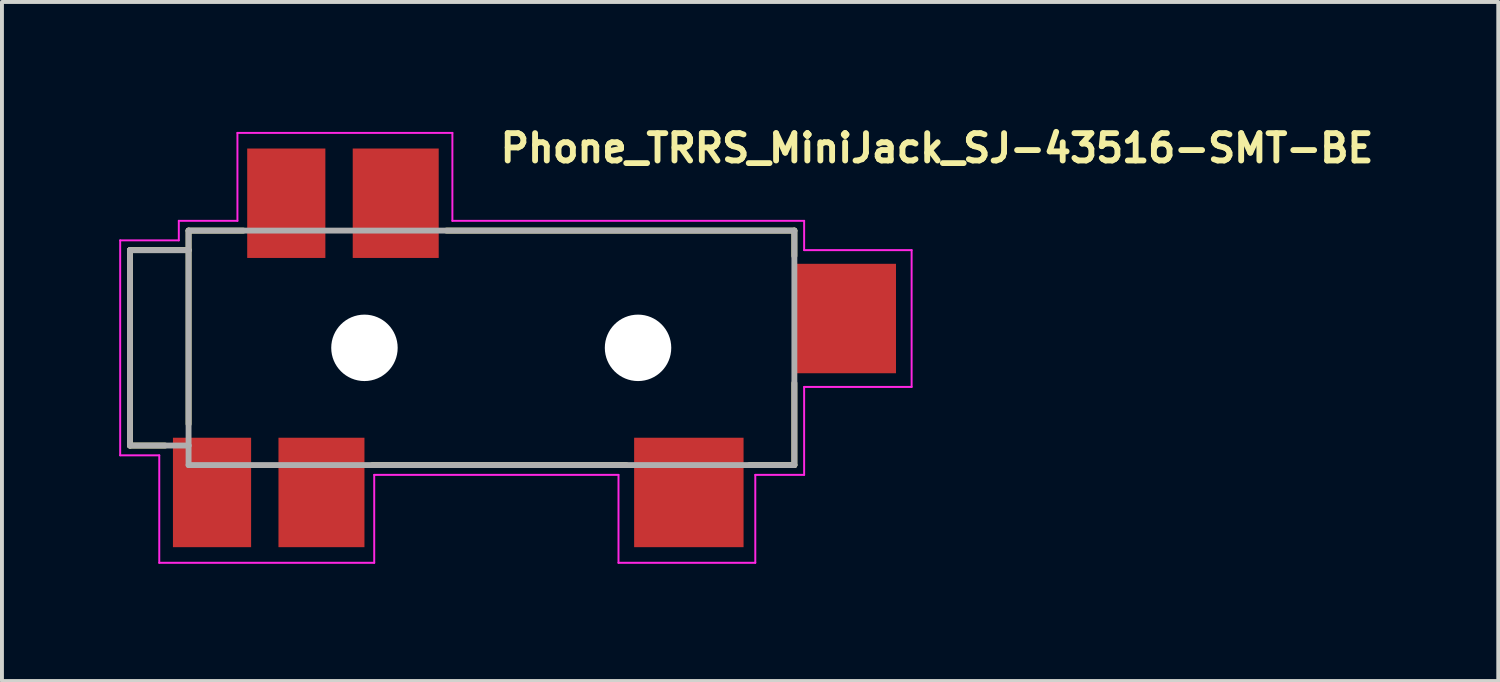
<source format=kicad_pcb>
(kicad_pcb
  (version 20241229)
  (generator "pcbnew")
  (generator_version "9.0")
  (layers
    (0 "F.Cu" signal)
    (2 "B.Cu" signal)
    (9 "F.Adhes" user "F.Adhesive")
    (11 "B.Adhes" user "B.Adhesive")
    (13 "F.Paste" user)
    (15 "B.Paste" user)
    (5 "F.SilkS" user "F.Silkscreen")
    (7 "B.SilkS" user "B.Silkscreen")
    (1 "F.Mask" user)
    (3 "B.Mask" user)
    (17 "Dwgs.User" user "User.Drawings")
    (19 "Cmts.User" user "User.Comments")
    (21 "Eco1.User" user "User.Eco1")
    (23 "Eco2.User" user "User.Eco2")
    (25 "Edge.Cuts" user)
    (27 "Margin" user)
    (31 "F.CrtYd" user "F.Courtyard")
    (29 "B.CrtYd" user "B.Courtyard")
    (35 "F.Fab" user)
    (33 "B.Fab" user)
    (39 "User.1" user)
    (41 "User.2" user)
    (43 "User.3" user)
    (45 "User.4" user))
  (footprint "Phone_TRRS_MiniJack_SJ-43516-SMT-BE"
    (layer "F.Cu")
    (at 9.675 5.85)
    (property "Reference" "Phone_TRRS_MiniJack_SJ-43516-SMT-BE" (at 0 -4.7 0) (layer "F.SilkS") (effects (font (size 0.7 0.7) (thickness 0.15)) (justify left bottom)))
    (attr smd)
    (fp_line (start -9.4 -2.5) (end -9.4 2.5) (stroke (width 0.15) (type solid)) (layer "F.SilkS"))
    (fp_line (start -9.4 2.5) (end -8.5 2.5) (stroke (width 0.15) (type solid)) (layer "F.SilkS"))
    (fp_line (start -7.9 -3) (end -7.9 -2.5) (stroke (width 0.15) (type solid)) (layer "F.SilkS"))
    (fp_line (start -7.9 -2.5) (end -9.4 -2.5) (stroke (width 0.15) (type solid)) (layer "F.SilkS"))
    (fp_line (start -7.9 -2.5) (end -7.9 1.95) (stroke (width 0.15) (type solid)) (layer "F.SilkS"))
    (fp_line (start -6.5 -3) (end -7.9 -3) (stroke (width 0.15) (type solid)) (layer "F.SilkS"))
    (fp_line (start -3.2 3) (end 3.3 3) (stroke (width 0.15) (type solid)) (layer "F.SilkS"))
    (fp_line (start 6.45 3) (end 7.6 3) (stroke (width 0.15) (type solid)) (layer "F.SilkS"))
    (fp_line (start 7.6 -3) (end -1.3 -3) (stroke (width 0.15) (type solid)) (layer "F.SilkS"))
    (fp_line (start 7.6 -3) (end 7.6 -2.35) (stroke (width 0.15) (type solid)) (layer "F.SilkS"))
    (fp_line (start 7.6 0.9) (end 7.6 3) (stroke (width 0.15) (type solid)) (layer "F.SilkS"))
    (fp_line (start -9.65 -2.75) (end -8.15 -2.75) (stroke (width 0.05) (type solid)) (layer "F.CrtYd"))
    (fp_line (start -9.65 2.75) (end -9.65 -2.75) (stroke (width 0.05) (type solid)) (layer "F.CrtYd"))
    (fp_line (start -8.65 2.75) (end -9.65 2.75) (stroke (width 0.05) (type solid)) (layer "F.CrtYd"))
    (fp_line (start -8.65 5.5) (end -8.65 2.75) (stroke (width 0.05) (type solid)) (layer "F.CrtYd"))
    (fp_line (start -8.15 -3.25) (end -6.65 -3.25) (stroke (width 0.05) (type solid)) (layer "F.CrtYd"))
    (fp_line (start -8.15 -2.75) (end -8.15 -3.25) (stroke (width 0.05) (type solid)) (layer "F.CrtYd"))
    (fp_line (start -6.65 -5.5) (end -1.15 -5.5) (stroke (width 0.05) (type solid)) (layer "F.CrtYd"))
    (fp_line (start -6.65 -3.25) (end -6.65 -5.5) (stroke (width 0.05) (type solid)) (layer "F.CrtYd"))
    (fp_line (start -3.15 3.25) (end -3.15 5.5) (stroke (width 0.05) (type solid)) (layer "F.CrtYd"))
    (fp_line (start -3.15 5.5) (end -8.65 5.5) (stroke (width 0.05) (type solid)) (layer "F.CrtYd"))
    (fp_line (start -1.15 -5.5) (end -1.15 -3.25) (stroke (width 0.05) (type solid)) (layer "F.CrtYd"))
    (fp_line (start -1.15 -3.25) (end 7.85 -3.25) (stroke (width 0.05) (type solid)) (layer "F.CrtYd"))
    (fp_line (start 3.1 3.25) (end -3.15 3.25) (stroke (width 0.05) (type solid)) (layer "F.CrtYd"))
    (fp_line (start 3.1 5.5) (end 3.1 3.25) (stroke (width 0.05) (type solid)) (layer "F.CrtYd"))
    (fp_line (start 6.6 3.25) (end 6.6 5.5) (stroke (width 0.05) (type solid)) (layer "F.CrtYd"))
    (fp_line (start 6.6 5.5) (end 3.1 5.5) (stroke (width 0.05) (type solid)) (layer "F.CrtYd"))
    (fp_line (start 7.85 -3.25) (end 7.85 -2.5) (stroke (width 0.05) (type solid)) (layer "F.CrtYd"))
    (fp_line (start 7.85 -2.5) (end 10.6 -2.5) (stroke (width 0.05) (type solid)) (layer "F.CrtYd"))
    (fp_line (start 7.85 1) (end 7.85 3.25) (stroke (width 0.05) (type solid)) (layer "F.CrtYd"))
    (fp_line (start 7.85 3.25) (end 6.6 3.25) (stroke (width 0.05) (type solid)) (layer "F.CrtYd"))
    (fp_line (start 10.6 -2.5) (end 10.6 1) (stroke (width 0.05) (type solid)) (layer "F.CrtYd"))
    (fp_line (start 10.6 1) (end 7.85 1) (stroke (width 0.05) (type solid)) (layer "F.CrtYd"))
    (fp_line (start -9.4 -2.5) (end -9.4 2.5) (stroke (width 0.15) (type solid)) (layer "F.Fab"))
    (fp_line (start -9.4 2.5) (end -7.9 2.5) (stroke (width 0.15) (type solid)) (layer "F.Fab"))
    (fp_line (start -7.9 -3) (end -7.9 -2.5) (stroke (width 0.15) (type solid)) (layer "F.Fab"))
    (fp_line (start -7.9 -2.5) (end -9.4 -2.5) (stroke (width 0.15) (type solid)) (layer "F.Fab"))
    (fp_line (start -7.9 -2.5) (end -7.9 2.5) (stroke (width 0.15) (type solid)) (layer "F.Fab"))
    (fp_line (start -7.9 2.5) (end -7.9 3) (stroke (width 0.15) (type solid)) (layer "F.Fab"))
    (fp_line (start -7.9 3) (end 7.6 3) (stroke (width 0.15) (type solid)) (layer "F.Fab"))
    (fp_line (start 7.6 -3) (end -7.9 -3) (stroke (width 0.15) (type solid)) (layer "F.Fab"))
    (fp_line (start 7.6 3) (end 7.6 -3) (stroke (width 0.15) (type solid)) (layer "F.Fab"))
    (fp_rect (start -9.6 -4.5) (end 9.6 4.5) (stroke (width 0.1) (type solid)) (fill no) (layer "User.5"))
    (fp_line (start -9.599 2.51) (end -9.6 2.55) (stroke (width 0.02) (type solid)) (layer "User.9"))
    (fp_line (start -9.597 2.471) (end -9.599 2.51) (stroke (width 0.02) (type solid)) (layer "User.9"))
    (fp_line (start -9.593 2.432) (end -9.597 2.471) (stroke (width 0.02) (type solid)) (layer "User.9"))
    (fp_line (start -9.587 2.393) (end -9.593 2.432) (stroke (width 0.02) (type solid)) (layer "User.9"))
    (fp_line (start -9.58 2.355) (end -9.587 2.393) (stroke (width 0.02) (type solid)) (layer "User.9"))
    (fp_line (start -9.571 2.317) (end -9.58 2.355) (stroke (width 0.02) (type solid)) (layer "User.9"))
    (fp_line (start -9.561 2.279) (end -9.571 2.317) (stroke (width 0.02) (type solid)) (layer "User.9"))
    (fp_line (start -9.549 2.242) (end -9.561 2.279) (stroke (width 0.02) (type solid)) (layer "User.9"))
    (fp_line (start -9.535 2.205) (end -9.549 2.242) (stroke (width 0.02) (type solid)) (layer "User.9"))
    (fp_line (start -9.52 2.169) (end -9.535 2.205) (stroke (width 0.02) (type solid)) (layer "User.9"))
    (fp_line (start -9.504 2.133) (end -9.52 2.169) (stroke (width 0.02) (type solid)) (layer "User.9"))
    (fp_line (start -9.486 2.099) (end -9.504 2.133) (stroke (width 0.02) (type solid)) (layer "User.9"))
    (fp_line (start -9.467 2.065) (end -9.486 2.099) (stroke (width 0.02) (type solid)) (layer "User.9"))
    (fp_line (start -9.446 2.031) (end -9.467 2.065) (stroke (width 0.02) (type solid)) (layer "User.9"))
    (fp_line (start -9.424 1.999) (end -9.446 2.031) (stroke (width 0.02) (type solid)) (layer "User.9"))
    (fp_line (start -9.4 -2.3) (end -9.2 -2.5) (stroke (width 0.02) (type solid)) (layer "User.9"))
    (fp_line (start -9.4 -2.25) (end -9.4 -2.3) (stroke (width 0.02) (type solid)) (layer "User.9"))
    (fp_line (start -9.4 -2.25) (end -9.4 -2.25) (stroke (width 0.02) (type solid)) (layer "User.9"))
    (fp_line (start -9.4 -2.102) (end -9.4 -2.25) (stroke (width 0.02) (type solid)) (layer "User.9"))
    (fp_line (start -9.4 -2.102) (end -9.4 -2.102) (stroke (width 0.02) (type solid)) (layer "User.9"))
    (fp_line (start -9.4 -1.864) (end -9.4 -2.102) (stroke (width 0.02) (type solid)) (layer "User.9"))
    (fp_line (start -9.4 -1.864) (end -9.4 -1.864) (stroke (width 0.02) (type solid)) (layer "User.9"))
    (fp_line (start -9.4 -1.544) (end -9.4 -1.864) (stroke (width 0.02) (type solid)) (layer "User.9"))
    (fp_line (start -9.4 -1.544) (end -9.4 -1.544) (stroke (width 0.02) (type solid)) (layer "User.9"))
    (fp_line (start -9.4 -1.157) (end -9.4 -1.544) (stroke (width 0.02) (type solid)) (layer "User.9"))
    (fp_line (start -9.4 -1.157) (end -9.4 -1.157) (stroke (width 0.02) (type solid)) (layer "User.9"))
    (fp_line (start -9.4 -0.72) (end -9.4 -1.157) (stroke (width 0.02) (type solid)) (layer "User.9"))
    (fp_line (start -9.4 -0.72) (end -9.4 -0.72) (stroke (width 0.02) (type solid)) (layer "User.9"))
    (fp_line (start -9.4 -0.252) (end -9.4 -0.72) (stroke (width 0.02) (type solid)) (layer "User.9"))
    (fp_line (start -9.4 -0.252) (end -9.4 -0.252) (stroke (width 0.02) (type solid)) (layer "User.9"))
    (fp_line (start -9.4 0.228) (end -9.4 -0.252) (stroke (width 0.02) (type solid)) (layer "User.9"))
    (fp_line (start -9.4 0.228) (end -9.4 0.228) (stroke (width 0.02) (type solid)) (layer "User.9"))
    (fp_line (start -9.4 0.697) (end -9.4 0.228) (stroke (width 0.02) (type solid)) (layer "User.9"))
    (fp_line (start -9.4 0.697) (end -9.4 0.697) (stroke (width 0.02) (type solid)) (layer "User.9"))
    (fp_line (start -9.4 1.136) (end -9.4 0.697) (stroke (width 0.02) (type solid)) (layer "User.9"))
    (fp_line (start -9.4 1.136) (end -9.4 1.136) (stroke (width 0.02) (type solid)) (layer "User.9"))
    (fp_line (start -9.4 1.526) (end -9.4 1.136) (stroke (width 0.02) (type solid)) (layer "User.9"))
    (fp_line (start -9.4 1.526) (end -9.4 1.526) (stroke (width 0.02) (type solid)) (layer "User.9"))
    (fp_line (start -9.4 1.849) (end -9.4 1.526) (stroke (width 0.02) (type solid)) (layer "User.9"))
    (fp_line (start -9.4 1.849) (end -9.4 1.849) (stroke (width 0.02) (type solid)) (layer "User.9"))
    (fp_line (start -9.4 1.967) (end -9.424 1.999) (stroke (width 0.02) (type solid)) (layer "User.9"))
    (fp_line (start -9.4 2.093) (end -9.4 1.849) (stroke (width 0.02) (type solid)) (layer "User.9"))
    (fp_line (start -9.4 2.093) (end -9.4 2.093) (stroke (width 0.02) (type solid)) (layer "User.9"))
    (fp_line (start -9.4 2.245) (end -9.4 2.093) (stroke (width 0.02) (type solid)) (layer "User.9"))
    (fp_line (start -9.4 2.533) (end -9.4 2.55) (stroke (width 0.02) (type solid)) (layer "User.9"))
    (fp_line (start -9.4 2.55) (end -9.6 2.55) (stroke (width 0.02) (type solid)) (layer "User.9"))
    (fp_line (start -9.399 2.517) (end -9.4 2.533) (stroke (width 0.02) (type solid)) (layer "User.9"))
    (fp_line (start -9.398 2.501) (end -9.399 2.517) (stroke (width 0.02) (type solid)) (layer "User.9"))
    (fp_line (start -9.397 2.484) (end -9.398 2.501) (stroke (width 0.02) (type solid)) (layer "User.9"))
    (fp_line (start -9.395 2.468) (end -9.397 2.484) (stroke (width 0.02) (type solid)) (layer "User.9"))
    (fp_line (start -9.393 2.451) (end -9.395 2.468) (stroke (width 0.02) (type solid)) (layer "User.9"))
    (fp_line (start -9.391 2.435) (end -9.393 2.451) (stroke (width 0.02) (type solid)) (layer "User.9"))
    (fp_line (start -9.388 2.419) (end -9.391 2.435) (stroke (width 0.02) (type solid)) (layer "User.9"))
    (fp_line (start -9.385 2.403) (end -9.388 2.419) (stroke (width 0.02) (type solid)) (layer "User.9"))
    (fp_line (start -9.382 2.387) (end -9.385 2.403) (stroke (width 0.02) (type solid)) (layer "User.9"))
    (fp_line (start -9.378 2.371) (end -9.382 2.387) (stroke (width 0.02) (type solid)) (layer "User.9"))
    (fp_line (start -9.374 2.355) (end -9.378 2.371) (stroke (width 0.02) (type solid)) (layer "User.9"))
    (fp_line (start -9.37 2.339) (end -9.374 2.355) (stroke (width 0.02) (type solid)) (layer "User.9"))
    (fp_line (start -9.365 2.323) (end -9.37 2.339) (stroke (width 0.02) (type solid)) (layer "User.9"))
    (fp_line (start -9.36 2.307) (end -9.365 2.323) (stroke (width 0.02) (type solid)) (layer "User.9"))
    (fp_line (start -9.354 2.292) (end -9.36 2.307) (stroke (width 0.02) (type solid)) (layer "User.9"))
    (fp_line (start -9.354 2.292) (end -9.2 2.449) (stroke (width 0.02) (type solid)) (layer "User.9"))
    (fp_line (start -9.2 -2.5) (end -9.2 -2.445) (stroke (width 0.02) (type solid)) (layer "User.9"))
    (fp_line (start -9.2 -2.5) (end -7.9 -2.5) (stroke (width 0.02) (type solid)) (layer "User.9"))
    (fp_line (start -9.2 -2.445) (end -9.2 -2.445) (stroke (width 0.02) (type solid)) (layer "User.9"))
    (fp_line (start -9.2 -2.445) (end -9.2 -2.283) (stroke (width 0.02) (type solid)) (layer "User.9"))
    (fp_line (start -9.2 -2.283) (end -9.2 -2.283) (stroke (width 0.02) (type solid)) (layer "User.9"))
    (fp_line (start -9.2 -2.283) (end -9.2 -2.02) (stroke (width 0.02) (type solid)) (layer "User.9"))
    (fp_line (start -9.2 -2.02) (end -9.2 -2.02) (stroke (width 0.02) (type solid)) (layer "User.9"))
    (fp_line (start -9.2 -2.02) (end -9.2 -1.669) (stroke (width 0.02) (type solid)) (layer "User.9"))
    (fp_line (start -9.2 -1.669) (end -9.2 -1.669) (stroke (width 0.02) (type solid)) (layer "User.9"))
    (fp_line (start -9.2 -1.669) (end -9.2 -1.244) (stroke (width 0.02) (type solid)) (layer "User.9"))
    (fp_line (start -9.2 -1.244) (end -9.2 -1.244) (stroke (width 0.02) (type solid)) (layer "User.9"))
    (fp_line (start -9.2 -1.244) (end -9.2 -0.764) (stroke (width 0.02) (type solid)) (layer "User.9"))
    (fp_line (start -9.2 -0.764) (end -9.2 -0.764) (stroke (width 0.02) (type solid)) (layer "User.9"))
    (fp_line (start -9.2 -0.764) (end -9.2 -0.251) (stroke (width 0.02) (type solid)) (layer "User.9"))
    (fp_line (start -9.2 -0.251) (end -9.2 -0.251) (stroke (width 0.02) (type solid)) (layer "User.9"))
    (fp_line (start -9.2 -0.251) (end -9.2 0.273) (stroke (width 0.02) (type solid)) (layer "User.9"))
    (fp_line (start -9.2 0.273) (end -9.2 0.273) (stroke (width 0.02) (type solid)) (layer "User.9"))
    (fp_line (start -9.2 0.273) (end -9.2 0.785) (stroke (width 0.02) (type solid)) (layer "User.9"))
    (fp_line (start -9.2 0.785) (end -9.2 0.785) (stroke (width 0.02) (type solid)) (layer "User.9"))
    (fp_line (start -9.2 0.785) (end -9.2 1.262) (stroke (width 0.02) (type solid)) (layer "User.9"))
    (fp_line (start -9.2 1.262) (end -9.2 1.262) (stroke (width 0.02) (type solid)) (layer "User.9"))
    (fp_line (start -9.2 1.262) (end -9.2 1.685) (stroke (width 0.02) (type solid)) (layer "User.9"))
    (fp_line (start -9.2 1.685) (end -9.2 1.685) (stroke (width 0.02) (type solid)) (layer "User.9"))
    (fp_line (start -9.2 1.685) (end -9.2 2.033) (stroke (width 0.02) (type solid)) (layer "User.9"))
    (fp_line (start -9.2 2.033) (end -9.2 2.033) (stroke (width 0.02) (type solid)) (layer "User.9"))
    (fp_line (start -9.2 2.033) (end -9.2 2.291) (stroke (width 0.02) (type solid)) (layer "User.9"))
    (fp_line (start -9.2 2.291) (end -9.2 2.291) (stroke (width 0.02) (type solid)) (layer "User.9"))
    (fp_line (start -9.2 2.291) (end -9.2 2.449) (stroke (width 0.02) (type solid)) (layer "User.9"))
    (fp_line (start -9.2 2.449) (end -9.4 2.245) (stroke (width 0.02) (type solid)) (layer "User.9"))
    (fp_line (start -9.2 2.449) (end -7.9 2.449) (stroke (width 0.02) (type solid)) (layer "User.9"))
    (fp_line (start -7.9 0) (end -7.9 -3) (stroke (width 0.02) (type solid)) (layer "User.9"))
    (fp_line (start -7.9 3) (end -7.9 0) (stroke (width 0.02) (type solid)) (layer "User.9"))
    (fp_line (start -7.85 3.2) (end -7.85 3) (stroke (width 0.02) (type solid)) (layer "User.9"))
    (fp_line (start -7.7 3.2) (end -7.7 4.3) (stroke (width 0.02) (type solid)) (layer "User.9"))
    (fp_line (start -7.7 4.3) (end -7.7 4.31) (stroke (width 0.02) (type solid)) (layer "User.9"))
    (fp_line (start -7.7 4.31) (end -7.699 4.32) (stroke (width 0.02) (type solid)) (layer "User.9"))
    (fp_line (start -7.699 4.32) (end -7.698 4.33) (stroke (width 0.02) (type solid)) (layer "User.9"))
    (fp_line (start -7.698 4.33) (end -7.696 4.339) (stroke (width 0.02) (type solid)) (layer "User.9"))
    (fp_line (start -7.696 4.339) (end -7.694 4.349) (stroke (width 0.02) (type solid)) (layer "User.9"))
    (fp_line (start -7.694 4.349) (end -7.691 4.358) (stroke (width 0.02) (type solid)) (layer "User.9"))
    (fp_line (start -7.691 4.358) (end -7.688 4.367) (stroke (width 0.02) (type solid)) (layer "User.9"))
    (fp_line (start -7.688 4.367) (end -7.685 4.377) (stroke (width 0.02) (type solid)) (layer "User.9"))
    (fp_line (start -7.685 4.377) (end -7.681 4.385) (stroke (width 0.02) (type solid)) (layer "User.9"))
    (fp_line (start -7.681 4.385) (end -7.676 4.394) (stroke (width 0.02) (type solid)) (layer "User.9"))
    (fp_line (start -7.676 4.394) (end -7.672 4.403) (stroke (width 0.02) (type solid)) (layer "User.9"))
    (fp_line (start -7.672 4.403) (end -7.666 4.411) (stroke (width 0.02) (type solid)) (layer "User.9"))
    (fp_line (start -7.666 4.411) (end -7.661 4.419) (stroke (width 0.02) (type solid)) (layer "User.9"))
    (fp_line (start -7.661 4.419) (end -7.655 4.427) (stroke (width 0.02) (type solid)) (layer "User.9"))
    (fp_line (start -7.655 4.427) (end -7.648 4.434) (stroke (width 0.02) (type solid)) (layer "User.9"))
    (fp_line (start -7.648 4.434) (end -7.641 4.441) (stroke (width 0.02) (type solid)) (layer "User.9"))
    (fp_line (start -7.641 4.441) (end -7.641 4.441) (stroke (width 0.02) (type solid)) (layer "User.9"))
    (fp_line (start -7.641 4.441) (end -7.634 4.448) (stroke (width 0.02) (type solid)) (layer "User.9"))
    (fp_line (start -7.634 4.448) (end -7.627 4.455) (stroke (width 0.02) (type solid)) (layer "User.9"))
    (fp_line (start -7.627 4.455) (end -7.619 4.461) (stroke (width 0.02) (type solid)) (layer "User.9"))
    (fp_line (start -7.619 4.461) (end -7.611 4.466) (stroke (width 0.02) (type solid)) (layer "User.9"))
    (fp_line (start -7.611 4.466) (end -7.603 4.472) (stroke (width 0.02) (type solid)) (layer "User.9"))
    (fp_line (start -7.603 4.472) (end -7.594 4.476) (stroke (width 0.02) (type solid)) (layer "User.9"))
    (fp_line (start -7.594 4.476) (end -7.585 4.481) (stroke (width 0.02) (type solid)) (layer "User.9"))
    (fp_line (start -7.585 4.481) (end -7.577 4.485) (stroke (width 0.02) (type solid)) (layer "User.9"))
    (fp_line (start -7.577 4.485) (end -7.567 4.488) (stroke (width 0.02) (type solid)) (layer "User.9"))
    (fp_line (start -7.567 4.488) (end -7.558 4.491) (stroke (width 0.02) (type solid)) (layer "User.9"))
    (fp_line (start -7.558 4.491) (end -7.549 4.494) (stroke (width 0.02) (type solid)) (layer "User.9"))
    (fp_line (start -7.549 4.494) (end -7.539 4.496) (stroke (width 0.02) (type solid)) (layer "User.9"))
    (fp_line (start -7.539 4.496) (end -7.53 4.498) (stroke (width 0.02) (type solid)) (layer "User.9"))
    (fp_line (start -7.53 4.498) (end -7.52 4.499) (stroke (width 0.02) (type solid)) (layer "User.9"))
    (fp_line (start -7.52 4.499) (end -7.51 4.5) (stroke (width 0.02) (type solid)) (layer "User.9"))
    (fp_line (start -7.51 4.5) (end -7.5 4.5) (stroke (width 0.02) (type solid)) (layer "User.9"))
    (fp_line (start -7.5 4.5) (end -7.1 4.5) (stroke (width 0.02) (type solid)) (layer "User.9"))
    (fp_line (start -7.1 4.5) (end -7.09 4.5) (stroke (width 0.02) (type solid)) (layer "User.9"))
    (fp_line (start -7.09 4.5) (end -7.08 4.499) (stroke (width 0.02) (type solid)) (layer "User.9"))
    (fp_line (start -7.08 4.499) (end -7.07 4.498) (stroke (width 0.02) (type solid)) (layer "User.9"))
    (fp_line (start -7.07 4.498) (end -7.06 4.496) (stroke (width 0.02) (type solid)) (layer "User.9"))
    (fp_line (start -7.06 4.496) (end -7.05 4.494) (stroke (width 0.02) (type solid)) (layer "User.9"))
    (fp_line (start -7.05 4.494) (end -7.041 4.491) (stroke (width 0.02) (type solid)) (layer "User.9"))
    (fp_line (start -7.041 4.491) (end -7.031 4.488) (stroke (width 0.02) (type solid)) (layer "User.9"))
    (fp_line (start -7.031 4.488) (end -7.022 4.484) (stroke (width 0.02) (type solid)) (layer "User.9"))
    (fp_line (start -7.022 4.484) (end -7.013 4.48) (stroke (width 0.02) (type solid)) (layer "User.9"))
    (fp_line (start -7.013 4.48) (end -7.005 4.476) (stroke (width 0.02) (type solid)) (layer "User.9"))
    (fp_line (start -7.005 4.476) (end -6.996 4.471) (stroke (width 0.02) (type solid)) (layer "User.9"))
    (fp_line (start -6.996 4.471) (end -6.988 4.466) (stroke (width 0.02) (type solid)) (layer "User.9"))
    (fp_line (start -6.988 4.466) (end -6.98 4.46) (stroke (width 0.02) (type solid)) (layer "User.9"))
    (fp_line (start -6.98 4.46) (end -6.973 4.454) (stroke (width 0.02) (type solid)) (layer "User.9"))
    (fp_line (start -6.973 4.454) (end -6.966 4.448) (stroke (width 0.02) (type solid)) (layer "User.9"))
    (fp_line (start -6.966 4.448) (end -6.959 4.441) (stroke (width 0.02) (type solid)) (layer "User.9"))
    (fp_line (start -6.959 4.441) (end -6.952 4.434) (stroke (width 0.02) (type solid)) (layer "User.9"))
    (fp_line (start -6.952 4.434) (end -6.946 4.427) (stroke (width 0.02) (type solid)) (layer "User.9"))
    (fp_line (start -6.946 4.427) (end -6.94 4.42) (stroke (width 0.02) (type solid)) (layer "User.9"))
    (fp_line (start -6.94 4.42) (end -6.934 4.412) (stroke (width 0.02) (type solid)) (layer "User.9"))
    (fp_line (start -6.934 4.412) (end -6.929 4.404) (stroke (width 0.02) (type solid)) (layer "User.9"))
    (fp_line (start -6.929 4.404) (end -6.924 4.395) (stroke (width 0.02) (type solid)) (layer "User.9"))
    (fp_line (start -6.924 4.395) (end -6.92 4.387) (stroke (width 0.02) (type solid)) (layer "User.9"))
    (fp_line (start -6.92 4.387) (end -6.916 4.378) (stroke (width 0.02) (type solid)) (layer "User.9"))
    (fp_line (start -6.916 4.378) (end -6.912 4.369) (stroke (width 0.02) (type solid)) (layer "User.9"))
    (fp_line (start -6.912 4.369) (end -6.909 4.359) (stroke (width 0.02) (type solid)) (layer "User.9"))
    (fp_line (start -6.909 4.359) (end -6.906 4.35) (stroke (width 0.02) (type solid)) (layer "User.9"))
    (fp_line (start -6.906 4.35) (end -6.904 4.34) (stroke (width 0.02) (type solid)) (layer "User.9"))
    (fp_line (start -6.904 4.34) (end -6.902 4.33) (stroke (width 0.02) (type solid)) (layer "User.9"))
    (fp_line (start -6.902 4.33) (end -6.901 4.32) (stroke (width 0.02) (type solid)) (layer "User.9"))
    (fp_line (start -6.901 4.32) (end -6.9 4.31) (stroke (width 0.02) (type solid)) (layer "User.9"))
    (fp_line (start -6.9 3) (end -7.9 3) (stroke (width 0.02) (type solid)) (layer "User.9"))
    (fp_line (start -6.9 3.2) (end -7.85 3.2) (stroke (width 0.02) (type solid)) (layer "User.9"))
    (fp_line (start -6.9 3.7) (end -6.9 3) (stroke (width 0.02) (type solid)) (layer "User.9"))
    (fp_line (start -6.9 3.7) (end -6.9 4.3) (stroke (width 0.02) (type solid)) (layer "User.9"))
    (fp_line (start -6.9 4.31) (end -6.9 4.3) (stroke (width 0.02) (type solid)) (layer "User.9"))
    (fp_line (start -6.4 -2.5) (end -6.4 -0.9) (stroke (width 0.02) (type solid)) (layer "User.9"))
    (fp_line (start -6.4 -0.9) (end -0.4 -0.9) (stroke (width 0.02) (type solid)) (layer "User.9"))
    (fp_line (start -6.4 2.153) (end -6.4 2.753) (stroke (width 0.02) (type solid)) (layer "User.9"))
    (fp_line (start -6.4 2.753) (end -3.4 2.753) (stroke (width 0.02) (type solid)) (layer "User.9"))
    (fp_line (start -6.3 -2.4) (end -6.3 -1) (stroke (width 0.02) (type solid)) (layer "User.9"))
    (fp_line (start -6.3 -1) (end -0.5 -1) (stroke (width 0.02) (type solid)) (layer "User.9"))
    (fp_line (start -6.3 2.253) (end -6.3 2.653) (stroke (width 0.02) (type solid)) (layer "User.9"))
    (fp_line (start -6.3 2.653) (end -3.5 2.653) (stroke (width 0.02) (type solid)) (layer "User.9"))
    (fp_line (start -5.9 -3) (end -7.9 -3) (stroke (width 0.02) (type solid)) (layer "User.9"))
    (fp_line (start -5.9 -3) (end -5.9 -2.5) (stroke (width 0.02) (type solid)) (layer "User.9"))
    (fp_line (start -5.9 -2.5) (end -6.4 -2.5) (stroke (width 0.02) (type solid)) (layer "User.9"))
    (fp_line (start -5.9 3) (end -5.9 3.7) (stroke (width 0.02) (type solid)) (layer "User.9"))
    (fp_line (start -5.9 3.7) (end -6.9 3.7) (stroke (width 0.02) (type solid)) (layer "User.9"))
    (fp_line (start -5.8 -4.31) (end -5.8 -4.3) (stroke (width 0.02) (type solid)) (layer "User.9"))
    (fp_line (start -5.8 -2.75) (end -5.8 -4.3) (stroke (width 0.02) (type solid)) (layer "User.9"))
    (fp_line (start -5.8 -2.7) (end -5.8 -2.75) (stroke (width 0.02) (type solid)) (layer "User.9"))
    (fp_line (start -5.8 -2.7) (end -5 -2.7) (stroke (width 0.02) (type solid)) (layer "User.9"))
    (fp_line (start -5.8 -2.612) (end -5.8 -2.7) (stroke (width 0.02) (type solid)) (layer "User.9"))
    (fp_line (start -5.8 -2.612) (end -5.8 -2.612) (stroke (width 0.02) (type solid)) (layer "User.9"))
    (fp_line (start -5.8 -2.5) (end -5.9 -2.5) (stroke (width 0.02) (type solid)) (layer "User.9"))
    (fp_line (start -5.8 -2.4) (end -6.3 -2.4) (stroke (width 0.02) (type solid)) (layer "User.9"))
    (fp_line (start -5.8 -2.4) (end -5.8 -2.612) (stroke (width 0.02) (type solid)) (layer "User.9"))
    (fp_line (start -5.799 -4.32) (end -5.8 -4.31) (stroke (width 0.02) (type solid)) (layer "User.9"))
    (fp_line (start -5.798 -4.33) (end -5.799 -4.32) (stroke (width 0.02) (type solid)) (layer "User.9"))
    (fp_line (start -5.796 -4.339) (end -5.798 -4.33) (stroke (width 0.02) (type solid)) (layer "User.9"))
    (fp_line (start -5.794 -4.349) (end -5.796 -4.339) (stroke (width 0.02) (type solid)) (layer "User.9"))
    (fp_line (start -5.791 -4.358) (end -5.794 -4.349) (stroke (width 0.02) (type solid)) (layer "User.9"))
    (fp_line (start -5.788 -4.367) (end -5.791 -4.358) (stroke (width 0.02) (type solid)) (layer "User.9"))
    (fp_line (start -5.785 -4.377) (end -5.788 -4.367) (stroke (width 0.02) (type solid)) (layer "User.9"))
    (fp_line (start -5.781 -4.385) (end -5.785 -4.377) (stroke (width 0.02) (type solid)) (layer "User.9"))
    (fp_line (start -5.776 -4.394) (end -5.781 -4.385) (stroke (width 0.02) (type solid)) (layer "User.9"))
    (fp_line (start -5.772 -4.403) (end -5.776 -4.394) (stroke (width 0.02) (type solid)) (layer "User.9"))
    (fp_line (start -5.766 -4.411) (end -5.772 -4.403) (stroke (width 0.02) (type solid)) (layer "User.9"))
    (fp_line (start -5.761 -4.419) (end -5.766 -4.411) (stroke (width 0.02) (type solid)) (layer "User.9"))
    (fp_line (start -5.755 -4.427) (end -5.761 -4.419) (stroke (width 0.02) (type solid)) (layer "User.9"))
    (fp_line (start -5.748 -4.434) (end -5.755 -4.427) (stroke (width 0.02) (type solid)) (layer "User.9"))
    (fp_line (start -5.741 -4.441) (end -5.748 -4.434) (stroke (width 0.02) (type solid)) (layer "User.9"))
    (fp_line (start -5.741 -4.441) (end -5.741 -4.441) (stroke (width 0.02) (type solid)) (layer "User.9"))
    (fp_line (start -5.734 -4.448) (end -5.741 -4.441) (stroke (width 0.02) (type solid)) (layer "User.9"))
    (fp_line (start -5.727 -4.455) (end -5.734 -4.448) (stroke (width 0.02) (type solid)) (layer "User.9"))
    (fp_line (start -5.719 -4.461) (end -5.727 -4.455) (stroke (width 0.02) (type solid)) (layer "User.9"))
    (fp_line (start -5.711 -4.466) (end -5.719 -4.461) (stroke (width 0.02) (type solid)) (layer "User.9"))
    (fp_line (start -5.703 -4.472) (end -5.711 -4.466) (stroke (width 0.02) (type solid)) (layer "User.9"))
    (fp_line (start -5.694 -4.476) (end -5.703 -4.472) (stroke (width 0.02) (type solid)) (layer "User.9"))
    (fp_line (start -5.685 -4.481) (end -5.694 -4.476) (stroke (width 0.02) (type solid)) (layer "User.9"))
    (fp_line (start -5.677 -4.485) (end -5.685 -4.481) (stroke (width 0.02) (type solid)) (layer "User.9"))
    (fp_line (start -5.667 -4.488) (end -5.677 -4.485) (stroke (width 0.02) (type solid)) (layer "User.9"))
    (fp_line (start -5.658 -4.491) (end -5.667 -4.488) (stroke (width 0.02) (type solid)) (layer "User.9"))
    (fp_line (start -5.649 -4.494) (end -5.658 -4.491) (stroke (width 0.02) (type solid)) (layer "User.9"))
    (fp_line (start -5.639 -4.496) (end -5.649 -4.494) (stroke (width 0.02) (type solid)) (layer "User.9"))
    (fp_line (start -5.63 -4.498) (end -5.639 -4.496) (stroke (width 0.02) (type solid)) (layer "User.9"))
    (fp_line (start -5.62 -4.499) (end -5.63 -4.498) (stroke (width 0.02) (type solid)) (layer "User.9"))
    (fp_line (start -5.61 -4.5) (end -5.62 -4.499) (stroke (width 0.02) (type solid)) (layer "User.9"))
    (fp_line (start -5.6 -4.5) (end -5.61 -4.5) (stroke (width 0.02) (type solid)) (layer "User.9"))
    (fp_line (start -5.6 -4.5) (end -5.2 -4.5) (stroke (width 0.02) (type solid)) (layer "User.9"))
    (fp_line (start -5.19 -4.5) (end -5.2 -4.5) (stroke (width 0.02) (type solid)) (layer "User.9"))
    (fp_line (start -5.18 -4.499) (end -5.19 -4.5) (stroke (width 0.02) (type solid)) (layer "User.9"))
    (fp_line (start -5.17 -4.498) (end -5.18 -4.499) (stroke (width 0.02) (type solid)) (layer "User.9"))
    (fp_line (start -5.161 -4.496) (end -5.17 -4.498) (stroke (width 0.02) (type solid)) (layer "User.9"))
    (fp_line (start -5.151 -4.494) (end -5.161 -4.496) (stroke (width 0.02) (type solid)) (layer "User.9"))
    (fp_line (start -5.142 -4.491) (end -5.151 -4.494) (stroke (width 0.02) (type solid)) (layer "User.9"))
    (fp_line (start -5.133 -4.488) (end -5.142 -4.491) (stroke (width 0.02) (type solid)) (layer "User.9"))
    (fp_line (start -5.123 -4.485) (end -5.133 -4.488) (stroke (width 0.02) (type solid)) (layer "User.9"))
    (fp_line (start -5.115 -4.481) (end -5.123 -4.485) (stroke (width 0.02) (type solid)) (layer "User.9"))
    (fp_line (start -5.106 -4.476) (end -5.115 -4.481) (stroke (width 0.02) (type solid)) (layer "User.9"))
    (fp_line (start -5.097 -4.472) (end -5.106 -4.476) (stroke (width 0.02) (type solid)) (layer "User.9"))
    (fp_line (start -5.089 -4.466) (end -5.097 -4.472) (stroke (width 0.02) (type solid)) (layer "User.9"))
    (fp_line (start -5.081 -4.461) (end -5.089 -4.466) (stroke (width 0.02) (type solid)) (layer "User.9"))
    (fp_line (start -5.073 -4.455) (end -5.081 -4.461) (stroke (width 0.02) (type solid)) (layer "User.9"))
    (fp_line (start -5.066 -4.448) (end -5.073 -4.455) (stroke (width 0.02) (type solid)) (layer "User.9"))
    (fp_line (start -5.059 -4.441) (end -5.066 -4.448) (stroke (width 0.02) (type solid)) (layer "User.9"))
    (fp_line (start -5.059 -4.441) (end -5.059 -4.441) (stroke (width 0.02) (type solid)) (layer "User.9"))
    (fp_line (start -5.052 -4.434) (end -5.059 -4.441) (stroke (width 0.02) (type solid)) (layer "User.9"))
    (fp_line (start -5.045 -4.427) (end -5.052 -4.434) (stroke (width 0.02) (type solid)) (layer "User.9"))
    (fp_line (start -5.039 -4.419) (end -5.045 -4.427) (stroke (width 0.02) (type solid)) (layer "User.9"))
    (fp_line (start -5.034 -4.411) (end -5.039 -4.419) (stroke (width 0.02) (type solid)) (layer "User.9"))
    (fp_line (start -5.028 -4.403) (end -5.034 -4.411) (stroke (width 0.02) (type solid)) (layer "User.9"))
    (fp_line (start -5.024 -4.394) (end -5.028 -4.403) (stroke (width 0.02) (type solid)) (layer "User.9"))
    (fp_line (start -5.019 -4.385) (end -5.024 -4.394) (stroke (width 0.02) (type solid)) (layer "User.9"))
    (fp_line (start -5.015 -4.377) (end -5.019 -4.385) (stroke (width 0.02) (type solid)) (layer "User.9"))
    (fp_line (start -5.012 -4.367) (end -5.015 -4.377) (stroke (width 0.02) (type solid)) (layer "User.9"))
    (fp_line (start -5.009 -4.358) (end -5.012 -4.367) (stroke (width 0.02) (type solid)) (layer "User.9"))
    (fp_line (start -5.006 -4.349) (end -5.009 -4.358) (stroke (width 0.02) (type solid)) (layer "User.9"))
    (fp_line (start -5.004 -4.339) (end -5.006 -4.349) (stroke (width 0.02) (type solid)) (layer "User.9"))
    (fp_line (start -5.002 -4.33) (end -5.004 -4.339) (stroke (width 0.02) (type solid)) (layer "User.9"))
    (fp_line (start -5.001 -4.32) (end -5.002 -4.33) (stroke (width 0.02) (type solid)) (layer "User.9"))
    (fp_line (start -5 -4.31) (end -5.001 -4.32) (stroke (width 0.02) (type solid)) (layer "User.9"))
    (fp_line (start -5 -4.3) (end -5 -4.31) (stroke (width 0.02) (type solid)) (layer "User.9"))
    (fp_line (start -5 -2.75) (end -5 -4.3) (stroke (width 0.02) (type solid)) (layer "User.9"))
    (fp_line (start -5 -2.7) (end -5 -2.75) (stroke (width 0.02) (type solid)) (layer "User.9"))
    (fp_line (start -5 -2.612) (end -5 -2.7) (stroke (width 0.02) (type solid)) (layer "User.9"))
    (fp_line (start -5 -2.612) (end -5 -2.612) (stroke (width 0.02) (type solid)) (layer "User.9"))
    (fp_line (start -5 -2.4) (end -5 -2.612) (stroke (width 0.02) (type solid)) (layer "User.9"))
    (fp_line (start -5 3.2) (end -5 4.3) (stroke (width 0.02) (type solid)) (layer "User.9"))
    (fp_line (start -5 4.3) (end -5 4.31) (stroke (width 0.02) (type solid)) (layer "User.9"))
    (fp_line (start -5 4.31) (end -4.999 4.32) (stroke (width 0.02) (type solid)) (layer "User.9"))
    (fp_line (start -4.999 4.32) (end -4.998 4.33) (stroke (width 0.02) (type solid)) (layer "User.9"))
    (fp_line (start -4.998 4.33) (end -4.996 4.34) (stroke (width 0.02) (type solid)) (layer "User.9"))
    (fp_line (start -4.996 4.34) (end -4.994 4.35) (stroke (width 0.02) (type solid)) (layer "User.9"))
    (fp_line (start -4.994 4.35) (end -4.991 4.359) (stroke (width 0.02) (type solid)) (layer "User.9"))
    (fp_line (start -4.991 4.359) (end -4.988 4.369) (stroke (width 0.02) (type solid)) (layer "User.9"))
    (fp_line (start -4.988 4.369) (end -4.984 4.378) (stroke (width 0.02) (type solid)) (layer "User.9"))
    (fp_line (start -4.984 4.378) (end -4.98 4.387) (stroke (width 0.02) (type solid)) (layer "User.9"))
    (fp_line (start -4.98 4.387) (end -4.976 4.395) (stroke (width 0.02) (type solid)) (layer "User.9"))
    (fp_line (start -4.976 4.395) (end -4.971 4.404) (stroke (width 0.02) (type solid)) (layer "User.9"))
    (fp_line (start -4.971 4.404) (end -4.966 4.412) (stroke (width 0.02) (type solid)) (layer "User.9"))
    (fp_line (start -4.966 4.412) (end -4.96 4.42) (stroke (width 0.02) (type solid)) (layer "User.9"))
    (fp_line (start -4.96 4.42) (end -4.954 4.427) (stroke (width 0.02) (type solid)) (layer "User.9"))
    (fp_line (start -4.954 4.427) (end -4.948 4.434) (stroke (width 0.02) (type solid)) (layer "User.9"))
    (fp_line (start -4.948 4.434) (end -4.941 4.441) (stroke (width 0.02) (type solid)) (layer "User.9"))
    (fp_line (start -4.941 4.441) (end -4.934 4.448) (stroke (width 0.02) (type solid)) (layer "User.9"))
    (fp_line (start -4.934 4.448) (end -4.927 4.454) (stroke (width 0.02) (type solid)) (layer "User.9"))
    (fp_line (start -4.927 4.454) (end -4.92 4.46) (stroke (width 0.02) (type solid)) (layer "User.9"))
    (fp_line (start -4.92 4.46) (end -4.912 4.466) (stroke (width 0.02) (type solid)) (layer "User.9"))
    (fp_line (start -4.912 4.466) (end -4.904 4.471) (stroke (width 0.02) (type solid)) (layer "User.9"))
    (fp_line (start -4.904 4.471) (end -4.895 4.476) (stroke (width 0.02) (type solid)) (layer "User.9"))
    (fp_line (start -4.9 -2.5) (end -5 -2.5) (stroke (width 0.02) (type solid)) (layer "User.9"))
    (fp_line (start -4.9 -2.5) (end -4.9 -3) (stroke (width 0.02) (type solid)) (layer "User.9"))
    (fp_line (start -4.895 4.476) (end -4.887 4.48) (stroke (width 0.02) (type solid)) (layer "User.9"))
    (fp_line (start -4.887 4.48) (end -4.878 4.484) (stroke (width 0.02) (type solid)) (layer "User.9"))
    (fp_line (start -4.878 4.484) (end -4.869 4.488) (stroke (width 0.02) (type solid)) (layer "User.9"))
    (fp_line (start -4.869 4.488) (end -4.859 4.491) (stroke (width 0.02) (type solid)) (layer "User.9"))
    (fp_line (start -4.859 4.491) (end -4.85 4.494) (stroke (width 0.02) (type solid)) (layer "User.9"))
    (fp_line (start -4.85 4.494) (end -4.84 4.496) (stroke (width 0.02) (type solid)) (layer "User.9"))
    (fp_line (start -4.84 4.496) (end -4.83 4.498) (stroke (width 0.02) (type solid)) (layer "User.9"))
    (fp_line (start -4.83 4.498) (end -4.82 4.499) (stroke (width 0.02) (type solid)) (layer "User.9"))
    (fp_line (start -4.82 4.499) (end -4.81 4.5) (stroke (width 0.02) (type solid)) (layer "User.9"))
    (fp_line (start -4.81 4.5) (end -4.8 4.5) (stroke (width 0.02) (type solid)) (layer "User.9"))
    (fp_line (start -4.8 4.5) (end -4.2 4.5) (stroke (width 0.02) (type solid)) (layer "User.9"))
    (fp_line (start -4.2 4.5) (end -4.19 4.5) (stroke (width 0.02) (type solid)) (layer "User.9"))
    (fp_line (start -4.19 4.5) (end -4.18 4.499) (stroke (width 0.02) (type solid)) (layer "User.9"))
    (fp_line (start -4.18 4.499) (end -4.17 4.498) (stroke (width 0.02) (type solid)) (layer "User.9"))
    (fp_line (start -4.17 4.498) (end -4.161 4.496) (stroke (width 0.02) (type solid)) (layer "User.9"))
    (fp_line (start -4.161 4.496) (end -4.151 4.494) (stroke (width 0.02) (type solid)) (layer "User.9"))
    (fp_line (start -4.151 4.494) (end -4.142 4.491) (stroke (width 0.02) (type solid)) (layer "User.9"))
    (fp_line (start -4.142 4.491) (end -4.133 4.488) (stroke (width 0.02) (type solid)) (layer "User.9"))
    (fp_line (start -4.133 4.488) (end -4.123 4.485) (stroke (width 0.02) (type solid)) (layer "User.9"))
    (fp_line (start -4.123 4.485) (end -4.115 4.481) (stroke (width 0.02) (type solid)) (layer "User.9"))
    (fp_line (start -4.115 4.481) (end -4.106 4.476) (stroke (width 0.02) (type solid)) (layer "User.9"))
    (fp_line (start -4.106 4.476) (end -4.097 4.472) (stroke (width 0.02) (type solid)) (layer "User.9"))
    (fp_line (start -4.097 4.472) (end -4.089 4.466) (stroke (width 0.02) (type solid)) (layer "User.9"))
    (fp_line (start -4.089 4.466) (end -4.081 4.461) (stroke (width 0.02) (type solid)) (layer "User.9"))
    (fp_line (start -4.081 4.461) (end -4.073 4.455) (stroke (width 0.02) (type solid)) (layer "User.9"))
    (fp_line (start -4.073 4.455) (end -4.066 4.448) (stroke (width 0.02) (type solid)) (layer "User.9"))
    (fp_line (start -4.066 4.448) (end -4.059 4.441) (stroke (width 0.02) (type solid)) (layer "User.9"))
    (fp_line (start -4.059 4.441) (end -4.059 4.441) (stroke (width 0.02) (type solid)) (layer "User.9"))
    (fp_line (start -4.059 4.441) (end -4.052 4.434) (stroke (width 0.02) (type solid)) (layer "User.9"))
    (fp_line (start -4.052 4.434) (end -4.045 4.427) (stroke (width 0.02) (type solid)) (layer "User.9"))
    (fp_line (start -4.045 4.427) (end -4.039 4.419) (stroke (width 0.02) (type solid)) (layer "User.9"))
    (fp_line (start -4.039 4.419) (end -4.034 4.411) (stroke (width 0.02) (type solid)) (layer "User.9"))
    (fp_line (start -4.034 4.411) (end -4.028 4.403) (stroke (width 0.02) (type solid)) (layer "User.9"))
    (fp_line (start -4.028 4.403) (end -4.024 4.394) (stroke (width 0.02) (type solid)) (layer "User.9"))
    (fp_line (start -4.024 4.394) (end -4.019 4.385) (stroke (width 0.02) (type solid)) (layer "User.9"))
    (fp_line (start -4.019 4.385) (end -4.015 4.377) (stroke (width 0.02) (type solid)) (layer "User.9"))
    (fp_line (start -4.015 4.377) (end -4.012 4.367) (stroke (width 0.02) (type solid)) (layer "User.9"))
    (fp_line (start -4.012 4.367) (end -4.009 4.358) (stroke (width 0.02) (type solid)) (layer "User.9"))
    (fp_line (start -4.009 4.358) (end -4.006 4.349) (stroke (width 0.02) (type solid)) (layer "User.9"))
    (fp_line (start -4.006 4.349) (end -4.004 4.339) (stroke (width 0.02) (type solid)) (layer "User.9"))
    (fp_line (start -4.004 4.339) (end -4.002 4.33) (stroke (width 0.02) (type solid)) (layer "User.9"))
    (fp_line (start -4.002 4.33) (end -4.001 4.32) (stroke (width 0.02) (type solid)) (layer "User.9"))
    (fp_line (start -4.001 4.32) (end -4 4.31) (stroke (width 0.02) (type solid)) (layer "User.9"))
    (fp_line (start -4 3.2) (end -4 4.3) (stroke (width 0.02) (type solid)) (layer "User.9"))
    (fp_line (start -4 4.31) (end -4 4.3) (stroke (width 0.02) (type solid)) (layer "User.9"))
    (fp_line (start -3.9 3) (end -5.9 3) (stroke (width 0.02) (type solid)) (layer "User.9"))
    (fp_line (start -3.9 3.2) (end -5.9 3.2) (stroke (width 0.02) (type solid)) (layer "User.9"))
    (fp_line (start -3.9 3.7) (end -3.9 3) (stroke (width 0.02) (type solid)) (layer "User.9"))
    (fp_line (start -3.5 2.253) (end -6.3 2.253) (stroke (width 0.02) (type solid)) (layer "User.9"))
    (fp_line (start -3.5 2.653) (end -3.5 2.253) (stroke (width 0.02) (type solid)) (layer "User.9"))
    (fp_line (start -3.4 2.153) (end -6.4 2.153) (stroke (width 0.02) (type solid)) (layer "User.9"))
    (fp_line (start -3.4 2.753) (end -3.4 2.153) (stroke (width 0.02) (type solid)) (layer "User.9"))
    (fp_line (start -3.15 -3) (end -4.9 -3) (stroke (width 0.02) (type solid)) (layer "User.9"))
    (fp_line (start -3.15 -3) (end -3.15 -2.5) (stroke (width 0.02) (type solid)) (layer "User.9"))
    (fp_line (start -3.15 -2.7) (end -1.15 -2.7) (stroke (width 0.02) (type solid)) (layer "User.9"))
    (fp_line (start -3.15 -2.5) (end -4.9 -2.5) (stroke (width 0.02) (type solid)) (layer "User.9"))
    (fp_line (start -3.15 -2.4) (end -5 -2.4) (stroke (width 0.02) (type solid)) (layer "User.9"))
    (fp_line (start -3.15 -2.4) (end -3.15 -2.5) (stroke (width 0.02) (type solid)) (layer "User.9"))
    (fp_line (start -3.15 -2.4) (end -1.15 -2.4) (stroke (width 0.02) (type solid)) (layer "User.9"))
    (fp_line (start -3.1 -4.31) (end -3.1 -4.3) (stroke (width 0.02) (type solid)) (layer "User.9"))
    (fp_line (start -3.1 -2.75) (end -3.1 -4.3) (stroke (width 0.02) (type solid)) (layer "User.9"))
    (fp_line (start -3.1 -2.7) (end -3.1 -2.75) (stroke (width 0.02) (type solid)) (layer "User.9"))
    (fp_line (start -3.099 -4.32) (end -3.1 -4.31) (stroke (width 0.02) (type solid)) (layer "User.9"))
    (fp_line (start -3.098 -4.33) (end -3.099 -4.32) (stroke (width 0.02) (type solid)) (layer "User.9"))
    (fp_line (start -3.096 -4.34) (end -3.098 -4.33) (stroke (width 0.02) (type solid)) (layer "User.9"))
    (fp_line (start -3.094 -4.35) (end -3.096 -4.34) (stroke (width 0.02) (type solid)) (layer "User.9"))
    (fp_line (start -3.091 -4.359) (end -3.094 -4.35) (stroke (width 0.02) (type solid)) (layer "User.9"))
    (fp_line (start -3.088 -4.369) (end -3.091 -4.359) (stroke (width 0.02) (type solid)) (layer "User.9"))
    (fp_line (start -3.084 -4.378) (end -3.088 -4.369) (stroke (width 0.02) (type solid)) (layer "User.9"))
    (fp_line (start -3.08 -4.387) (end -3.084 -4.378) (stroke (width 0.02) (type solid)) (layer "User.9"))
    (fp_line (start -3.076 -4.395) (end -3.08 -4.387) (stroke (width 0.02) (type solid)) (layer "User.9"))
    (fp_line (start -3.071 -4.404) (end -3.076 -4.395) (stroke (width 0.02) (type solid)) (layer "User.9"))
    (fp_line (start -3.066 -4.412) (end -3.071 -4.404) (stroke (width 0.02) (type solid)) (layer "User.9"))
    (fp_line (start -3.06 -4.42) (end -3.066 -4.412) (stroke (width 0.02) (type solid)) (layer "User.9"))
    (fp_line (start -3.054 -4.427) (end -3.06 -4.42) (stroke (width 0.02) (type solid)) (layer "User.9"))
    (fp_line (start -3.048 -4.434) (end -3.054 -4.427) (stroke (width 0.02) (type solid)) (layer "User.9"))
    (fp_line (start -3.041 -4.441) (end -3.048 -4.434) (stroke (width 0.02) (type solid)) (layer "User.9"))
    (fp_line (start -3.034 -4.448) (end -3.041 -4.441) (stroke (width 0.02) (type solid)) (layer "User.9"))
    (fp_line (start -3.027 -4.454) (end -3.034 -4.448) (stroke (width 0.02) (type solid)) (layer "User.9"))
    (fp_line (start -3.02 -4.46) (end -3.027 -4.454) (stroke (width 0.02) (type solid)) (layer "User.9"))
    (fp_line (start -3.012 -4.466) (end -3.02 -4.46) (stroke (width 0.02) (type solid)) (layer "User.9"))
    (fp_line (start -3.004 -4.471) (end -3.012 -4.466) (stroke (width 0.02) (type solid)) (layer "User.9"))
    (fp_line (start -2.995 -4.476) (end -3.004 -4.471) (stroke (width 0.02) (type solid)) (layer "User.9"))
    (fp_line (start -2.987 -4.48) (end -2.995 -4.476) (stroke (width 0.02) (type solid)) (layer "User.9"))
    (fp_line (start -2.978 -4.484) (end -2.987 -4.48) (stroke (width 0.02) (type solid)) (layer "User.9"))
    (fp_line (start -2.969 -4.488) (end -2.978 -4.484) (stroke (width 0.02) (type solid)) (layer "User.9"))
    (fp_line (start -2.959 -4.491) (end -2.969 -4.488) (stroke (width 0.02) (type solid)) (layer "User.9"))
    (fp_line (start -2.95 -4.494) (end -2.959 -4.491) (stroke (width 0.02) (type solid)) (layer "User.9"))
    (fp_line (start -2.94 -4.496) (end -2.95 -4.494) (stroke (width 0.02) (type solid)) (layer "User.9"))
    (fp_line (start -2.93 -4.498) (end -2.94 -4.496) (stroke (width 0.02) (type solid)) (layer "User.9"))
    (fp_line (start -2.92 -4.499) (end -2.93 -4.498) (stroke (width 0.02) (type solid)) (layer "User.9"))
    (fp_line (start -2.91 -4.5) (end -2.92 -4.499) (stroke (width 0.02) (type solid)) (layer "User.9"))
    (fp_line (start -2.9 -4.5) (end -2.91 -4.5) (stroke (width 0.02) (type solid)) (layer "User.9"))
    (fp_line (start -2.9 -4.5) (end -2.3 -4.5) (stroke (width 0.02) (type solid)) (layer "User.9"))
    (fp_line (start -2.29 -4.5) (end -2.3 -4.5) (stroke (width 0.02) (type solid)) (layer "User.9"))
    (fp_line (start -2.28 -4.499) (end -2.29 -4.5) (stroke (width 0.02) (type solid)) (layer "User.9"))
    (fp_line (start -2.27 -4.498) (end -2.28 -4.499) (stroke (width 0.02) (type solid)) (layer "User.9"))
    (fp_line (start -2.26 -4.496) (end -2.27 -4.498) (stroke (width 0.02) (type solid)) (layer "User.9"))
    (fp_line (start -2.25 -4.494) (end -2.26 -4.496) (stroke (width 0.02) (type solid)) (layer "User.9"))
    (fp_line (start -2.241 -4.491) (end -2.25 -4.494) (stroke (width 0.02) (type solid)) (layer "User.9"))
    (fp_line (start -2.231 -4.488) (end -2.241 -4.491) (stroke (width 0.02) (type solid)) (layer "User.9"))
    (fp_line (start -2.222 -4.484) (end -2.231 -4.488) (stroke (width 0.02) (type solid)) (layer "User.9"))
    (fp_line (start -2.213 -4.48) (end -2.222 -4.484) (stroke (width 0.02) (type solid)) (layer "User.9"))
    (fp_line (start -2.205 -4.476) (end -2.213 -4.48) (stroke (width 0.02) (type solid)) (layer "User.9"))
    (fp_line (start -2.196 -4.471) (end -2.205 -4.476) (stroke (width 0.02) (type solid)) (layer "User.9"))
    (fp_line (start -2.188 -4.466) (end -2.196 -4.471) (stroke (width 0.02) (type solid)) (layer "User.9"))
    (fp_line (start -2.18 -4.46) (end -2.188 -4.466) (stroke (width 0.02) (type solid)) (layer "User.9"))
    (fp_line (start -2.173 -4.454) (end -2.18 -4.46) (stroke (width 0.02) (type solid)) (layer "User.9"))
    (fp_line (start -2.166 -4.448) (end -2.173 -4.454) (stroke (width 0.02) (type solid)) (layer "User.9"))
    (fp_line (start -2.159 -4.441) (end -2.166 -4.448) (stroke (width 0.02) (type solid)) (layer "User.9"))
    (fp_line (start -2.152 -4.434) (end -2.159 -4.441) (stroke (width 0.02) (type solid)) (layer "User.9"))
    (fp_line (start -2.146 -4.427) (end -2.152 -4.434) (stroke (width 0.02) (type solid)) (layer "User.9"))
    (fp_line (start -2.14 -4.42) (end -2.146 -4.427) (stroke (width 0.02) (type solid)) (layer "User.9"))
    (fp_line (start -2.134 -4.412) (end -2.14 -4.42) (stroke (width 0.02) (type solid)) (layer "User.9"))
    (fp_line (start -2.129 -4.404) (end -2.134 -4.412) (stroke (width 0.02) (type solid)) (layer "User.9"))
    (fp_line (start -2.124 -4.395) (end -2.129 -4.404) (stroke (width 0.02) (type solid)) (layer "User.9"))
    (fp_line (start -2.12 -4.387) (end -2.124 -4.395) (stroke (width 0.02) (type solid)) (layer "User.9"))
    (fp_line (start -2.116 -4.378) (end -2.12 -4.387) (stroke (width 0.02) (type solid)) (layer "User.9"))
    (fp_line (start -2.112 -4.369) (end -2.116 -4.378) (stroke (width 0.02) (type solid)) (layer "User.9"))
    (fp_line (start -2.109 -4.359) (end -2.112 -4.369) (stroke (width 0.02) (type solid)) (layer "User.9"))
    (fp_line (start -2.106 -4.35) (end -2.109 -4.359) (stroke (width 0.02) (type solid)) (layer "User.9"))
    (fp_line (start -2.104 -4.34) (end -2.106 -4.35) (stroke (width 0.02) (type solid)) (layer "User.9"))
    (fp_line (start -2.102 -4.33) (end -2.104 -4.34) (stroke (width 0.02) (type solid)) (layer "User.9"))
    (fp_line (start -2.101 -4.32) (end -2.102 -4.33) (stroke (width 0.02) (type solid)) (layer "User.9"))
    (fp_line (start -2.1 -4.31) (end -2.101 -4.32) (stroke (width 0.02) (type solid)) (layer "User.9"))
    (fp_line (start -2.1 -4.3) (end -2.1 -4.31) (stroke (width 0.02) (type solid)) (layer "User.9"))
    (fp_line (start -2.1 -2.75) (end -2.1 -4.3) (stroke (width 0.02) (type solid)) (layer "User.9"))
    (fp_line (start -2.1 -2.7) (end -2.1 -2.75) (stroke (width 0.02) (type solid)) (layer "User.9"))
    (fp_line (start -1.9 3) (end -1.9 3.7) (stroke (width 0.02) (type solid)) (layer "User.9"))
    (fp_line (start -1.9 3.7) (end -3.9 3.7) (stroke (width 0.02) (type solid)) (layer "User.9"))
    (fp_line (start -1.15 -2.5) (end -1.15 -3) (stroke (width 0.02) (type solid)) (layer "User.9"))
    (fp_line (start -1.15 -2.5) (end -1.15 -2.4) (stroke (width 0.02) (type solid)) (layer "User.9"))
    (fp_line (start -1.062 3.2) (end -1.9 3.2) (stroke (width 0.02) (type solid)) (layer "User.9"))
    (fp_line (start -0.85 3.2) (end -1.062 3.2) (stroke (width 0.02) (type solid)) (layer "User.9"))
    (fp_line (start -0.85 3.2) (end -0.85 3) (stroke (width 0.02) (type solid)) (layer "User.9"))
    (fp_line (start -0.5 -2.4) (end -1.15 -2.4) (stroke (width 0.02) (type solid)) (layer "User.9"))
    (fp_line (start -0.5 -1) (end -0.5 -2.4) (stroke (width 0.02) (type solid)) (layer "User.9"))
    (fp_line (start -0.4 -2.5) (end -1.15 -2.5) (stroke (width 0.02) (type solid)) (layer "User.9"))
    (fp_line (start -0.4 -0.9) (end -0.4 -2.5) (stroke (width 0.02) (type solid)) (layer "User.9"))
    (fp_line (start 3.4 2.2) (end 3.4 3) (stroke (width 0.02) (type solid)) (layer "User.9"))
    (fp_line (start 3.4 3) (end -1.9 3) (stroke (width 0.02) (type solid)) (layer "User.9"))
    (fp_line (start 3.4 3) (end 4.5 3) (stroke (width 0.02) (type solid)) (layer "User.9"))
    (fp_line (start 4.15 3) (end 4.15 4.3) (stroke (width 0.02) (type solid)) (layer "User.9"))
    (fp_line (start 4.15 4.3) (end 4.15 4.31) (stroke (width 0.02) (type solid)) (layer "User.9"))
    (fp_line (start 4.15 4.31) (end 4.151 4.32) (stroke (width 0.02) (type solid)) (layer "User.9"))
    (fp_line (start 4.151 4.32) (end 4.152 4.33) (stroke (width 0.02) (type solid)) (layer "User.9"))
    (fp_line (start 4.152 4.33) (end 4.154 4.34) (stroke (width 0.02) (type solid)) (layer "User.9"))
    (fp_line (start 4.154 4.34) (end 4.156 4.35) (stroke (width 0.02) (type solid)) (layer "User.9"))
    (fp_line (start 4.156 4.35) (end 4.159 4.359) (stroke (width 0.02) (type solid)) (layer "User.9"))
    (fp_line (start 4.159 4.359) (end 4.162 4.369) (stroke (width 0.02) (type solid)) (layer "User.9"))
    (fp_line (start 4.162 4.369) (end 4.166 4.378) (stroke (width 0.02) (type solid)) (layer "User.9"))
    (fp_line (start 4.166 4.378) (end 4.17 4.387) (stroke (width 0.02) (type solid)) (layer "User.9"))
    (fp_line (start 4.17 4.387) (end 4.174 4.395) (stroke (width 0.02) (type solid)) (layer "User.9"))
    (fp_line (start 4.174 4.395) (end 4.179 4.404) (stroke (width 0.02) (type solid)) (layer "User.9"))
    (fp_line (start 4.179 4.404) (end 4.184 4.412) (stroke (width 0.02) (type solid)) (layer "User.9"))
    (fp_line (start 4.184 4.412) (end 4.19 4.42) (stroke (width 0.02) (type solid)) (layer "User.9"))
    (fp_line (start 4.19 4.42) (end 4.196 4.427) (stroke (width 0.02) (type solid)) (layer "User.9"))
    (fp_line (start 4.196 4.427) (end 4.202 4.434) (stroke (width 0.02) (type solid)) (layer "User.9"))
    (fp_line (start 4.202 4.434) (end 4.209 4.441) (stroke (width 0.02) (type solid)) (layer "User.9"))
    (fp_line (start 4.209 4.441) (end 4.216 4.448) (stroke (width 0.02) (type solid)) (layer "User.9"))
    (fp_line (start 4.216 4.448) (end 4.223 4.454) (stroke (width 0.02) (type solid)) (layer "User.9"))
    (fp_line (start 4.223 4.454) (end 4.23 4.46) (stroke (width 0.02) (type solid)) (layer "User.9"))
    (fp_line (start 4.23 4.46) (end 4.238 4.466) (stroke (width 0.02) (type solid)) (layer "User.9"))
    (fp_line (start 4.238 4.466) (end 4.246 4.471) (stroke (width 0.02) (type solid)) (layer "User.9"))
    (fp_line (start 4.246 4.471) (end 4.255 4.476) (stroke (width 0.02) (type solid)) (layer "User.9"))
    (fp_line (start 4.255 4.476) (end 4.263 4.48) (stroke (width 0.02) (type solid)) (layer "User.9"))
    (fp_line (start 4.263 4.48) (end 4.272 4.484) (stroke (width 0.02) (type solid)) (layer "User.9"))
    (fp_line (start 4.272 4.484) (end 4.281 4.488) (stroke (width 0.02) (type solid)) (layer "User.9"))
    (fp_line (start 4.281 4.488) (end 4.291 4.491) (stroke (width 0.02) (type solid)) (layer "User.9"))
    (fp_line (start 4.291 4.491) (end 4.3 4.494) (stroke (width 0.02) (type solid)) (layer "User.9"))
    (fp_line (start 4.3 4.494) (end 4.31 4.496) (stroke (width 0.02) (type solid)) (layer "User.9"))
    (fp_line (start 4.31 4.496) (end 4.32 4.498) (stroke (width 0.02) (type solid)) (layer "User.9"))
    (fp_line (start 4.32 4.498) (end 4.33 4.499) (stroke (width 0.02) (type solid)) (layer "User.9"))
    (fp_line (start 4.33 4.499) (end 4.34 4.5) (stroke (width 0.02) (type solid)) (layer "User.9"))
    (fp_line (start 4.34 4.5) (end 4.35 4.5) (stroke (width 0.02) (type solid)) (layer "User.9"))
    (fp_line (start 4.35 4.5) (end 5.45 4.5) (stroke (width 0.02) (type solid)) (layer "User.9"))
    (fp_line (start 4.5 2.2) (end 3.4 2.2) (stroke (width 0.02) (type solid)) (layer "User.9"))
    (fp_line (start 4.5 3) (end 4.5 2.2) (stroke (width 0.02) (type solid)) (layer "User.9"))
    (fp_line (start 5.1 0.8) (end 5.1 1.2) (stroke (width 0.02) (type solid)) (layer "User.9"))
    (fp_line (start 5.1 1.2) (end 5.85 1.2) (stroke (width 0.02) (type solid)) (layer "User.9"))
    (fp_line (start 5.45 4.5) (end 5.46 4.5) (stroke (width 0.02) (type solid)) (layer "User.9"))
    (fp_line (start 5.46 4.5) (end 5.47 4.499) (stroke (width 0.02) (type solid)) (layer "User.9"))
    (fp_line (start 5.47 4.499) (end 5.48 4.498) (stroke (width 0.02) (type solid)) (layer "User.9"))
    (fp_line (start 5.48 4.498) (end 5.489 4.496) (stroke (width 0.02) (type solid)) (layer "User.9"))
    (fp_line (start 5.489 4.496) (end 5.499 4.494) (stroke (width 0.02) (type solid)) (layer "User.9"))
    (fp_line (start 5.499 4.494) (end 5.508 4.491) (stroke (width 0.02) (type solid)) (layer "User.9"))
    (fp_line (start 5.508 4.491) (end 5.517 4.488) (stroke (width 0.02) (type solid)) (layer "User.9"))
    (fp_line (start 5.517 4.488) (end 5.527 4.485) (stroke (width 0.02) (type solid)) (layer "User.9"))
    (fp_line (start 5.527 4.485) (end 5.535 4.481) (stroke (width 0.02) (type solid)) (layer "User.9"))
    (fp_line (start 5.535 4.481) (end 5.544 4.476) (stroke (width 0.02) (type solid)) (layer "User.9"))
    (fp_line (start 5.544 4.476) (end 5.553 4.472) (stroke (width 0.02) (type solid)) (layer "User.9"))
    (fp_line (start 5.553 4.472) (end 5.561 4.466) (stroke (width 0.02) (type solid)) (layer "User.9"))
    (fp_line (start 5.561 4.466) (end 5.569 4.461) (stroke (width 0.02) (type solid)) (layer "User.9"))
    (fp_line (start 5.569 4.461) (end 5.577 4.455) (stroke (width 0.02) (type solid)) (layer "User.9"))
    (fp_line (start 5.577 4.455) (end 5.584 4.448) (stroke (width 0.02) (type solid)) (layer "User.9"))
    (fp_line (start 5.584 4.448) (end 5.591 4.441) (stroke (width 0.02) (type solid)) (layer "User.9"))
    (fp_line (start 5.591 4.441) (end 5.591 4.441) (stroke (width 0.02) (type solid)) (layer "User.9"))
    (fp_line (start 5.591 4.441) (end 5.598 4.434) (stroke (width 0.02) (type solid)) (layer "User.9"))
    (fp_line (start 5.598 4.434) (end 5.605 4.427) (stroke (width 0.02) (type solid)) (layer "User.9"))
    (fp_line (start 5.605 4.427) (end 5.611 4.419) (stroke (width 0.02) (type solid)) (layer "User.9"))
    (fp_line (start 5.611 4.419) (end 5.616 4.411) (stroke (width 0.02) (type solid)) (layer "User.9"))
    (fp_line (start 5.616 4.411) (end 5.622 4.403) (stroke (width 0.02) (type solid)) (layer "User.9"))
    (fp_line (start 5.622 4.403) (end 5.626 4.394) (stroke (width 0.02) (type solid)) (layer "User.9"))
    (fp_line (start 5.626 4.394) (end 5.631 4.385) (stroke (width 0.02) (type solid)) (layer "User.9"))
    (fp_line (start 5.631 4.385) (end 5.635 4.377) (stroke (width 0.02) (type solid)) (layer "User.9"))
    (fp_line (start 5.635 4.377) (end 5.638 4.367) (stroke (width 0.02) (type solid)) (layer "User.9"))
    (fp_line (start 5.638 4.367) (end 5.641 4.358) (stroke (width 0.02) (type solid)) (layer "User.9"))
    (fp_line (start 5.641 4.358) (end 5.644 4.349) (stroke (width 0.02) (type solid)) (layer "User.9"))
    (fp_line (start 5.644 4.349) (end 5.646 4.339) (stroke (width 0.02) (type solid)) (layer "User.9"))
    (fp_line (start 5.646 4.339) (end 5.648 4.33) (stroke (width 0.02) (type solid)) (layer "User.9"))
    (fp_line (start 5.648 4.33) (end 5.649 4.32) (stroke (width 0.02) (type solid)) (layer "User.9"))
    (fp_line (start 5.649 4.32) (end 5.65 4.31) (stroke (width 0.02) (type solid)) (layer "User.9"))
    (fp_line (start 5.65 1.15) (end 5.65 0.8) (stroke (width 0.02) (type solid)) (layer "User.9"))
    (fp_line (start 5.65 1.15) (end 5.85 1.15) (stroke (width 0.02) (type solid)) (layer "User.9"))
    (fp_line (start 5.65 3) (end 5.65 4.3) (stroke (width 0.02) (type solid)) (layer "User.9"))
    (fp_line (start 5.65 4.31) (end 5.65 4.3) (stroke (width 0.02) (type solid)) (layer "User.9"))
    (fp_line (start 5.7 -2.5) (end 5.7 -2.1) (stroke (width 0.02) (type solid)) (layer "User.9"))
    (fp_line (start 5.7 -2.4) (end 6.45 -2.4) (stroke (width 0.02) (type solid)) (layer "User.9"))
    (fp_line (start 5.7 -2.1) (end 6.45 -2.1) (stroke (width 0.02) (type solid)) (layer "User.9"))
    (fp_line (start 5.85 0.8) (end 5.1 0.8) (stroke (width 0.02) (type solid)) (layer "User.9"))
    (fp_line (start 5.85 1.2) (end 5.85 0.8) (stroke (width 0.02) (type solid)) (layer "User.9"))
    (fp_line (start 6.45 -2.5) (end 5.7 -2.5) (stroke (width 0.02) (type solid)) (layer "User.9"))
    (fp_line (start 6.45 -2.1) (end 6.45 -2.5) (stroke (width 0.02) (type solid)) (layer "User.9"))
    (fp_line (start 7.6 -3) (end -1.15 -3) (stroke (width 0.02) (type solid)) (layer "User.9"))
    (fp_line (start 7.6 0.8) (end 7.61 0.8) (stroke (width 0.02) (type solid)) (layer "User.9"))
    (fp_line (start 7.6 3) (end 4.5 3) (stroke (width 0.02) (type solid)) (layer "User.9"))
    (fp_line (start 7.6 3) (end 7.6 -3) (stroke (width 0.02) (type solid)) (layer "User.9"))
    (fp_line (start 7.61 -2.3) (end 7.6 -2.3) (stroke (width 0.02) (type solid)) (layer "User.9"))
    (fp_line (start 7.61 0.8) (end 7.62 0.799) (stroke (width 0.02) (type solid)) (layer "User.9"))
    (fp_line (start 7.62 -2.299) (end 7.61 -2.3) (stroke (width 0.02) (type solid)) (layer "User.9"))
    (fp_line (start 7.62 0.799) (end 7.63 0.798) (stroke (width 0.02) (type solid)) (layer "User.9"))
    (fp_line (start 7.63 -2.298) (end 7.62 -2.299) (stroke (width 0.02) (type solid)) (layer "User.9"))
    (fp_line (start 7.63 0.798) (end 7.64 0.796) (stroke (width 0.02) (type solid)) (layer "User.9"))
    (fp_line (start 7.64 -2.296) (end 7.63 -2.298) (stroke (width 0.02) (type solid)) (layer "User.9"))
    (fp_line (start 7.64 0.796) (end 7.65 0.794) (stroke (width 0.02) (type solid)) (layer "User.9"))
    (fp_line (start 7.65 -2.294) (end 7.64 -2.296) (stroke (width 0.02) (type solid)) (layer "User.9"))
    (fp_line (start 7.65 0.794) (end 7.659 0.791) (stroke (width 0.02) (type solid)) (layer "User.9"))
    (fp_line (start 7.659 -2.291) (end 7.65 -2.294) (stroke (width 0.02) (type solid)) (layer "User.9"))
    (fp_line (start 7.659 0.791) (end 7.669 0.788) (stroke (width 0.02) (type solid)) (layer "User.9"))
    (fp_line (start 7.669 -2.288) (end 7.659 -2.291) (stroke (width 0.02) (type solid)) (layer "User.9"))
    (fp_line (start 7.669 0.788) (end 7.678 0.784) (stroke (width 0.02) (type solid)) (layer "User.9"))
    (fp_line (start 7.678 -2.284) (end 7.669 -2.288) (stroke (width 0.02) (type solid)) (layer "User.9"))
    (fp_line (start 7.678 0.784) (end 7.687 0.78) (stroke (width 0.02) (type solid)) (layer "User.9"))
    (fp_line (start 7.687 -2.28) (end 7.678 -2.284) (stroke (width 0.02) (type solid)) (layer "User.9"))
    (fp_line (start 7.687 0.78) (end 7.695 0.776) (stroke (width 0.02) (type solid)) (layer "User.9"))
    (fp_line (start 7.695 -2.276) (end 7.687 -2.28) (stroke (width 0.02) (type solid)) (layer "User.9"))
    (fp_line (start 7.695 0.776) (end 7.704 0.771) (stroke (width 0.02) (type solid)) (layer "User.9"))
    (fp_line (start 7.704 -2.271) (end 7.695 -2.276) (stroke (width 0.02) (type solid)) (layer "User.9"))
    (fp_line (start 7.704 0.771) (end 7.712 0.766) (stroke (width 0.02) (type solid)) (layer "User.9"))
    (fp_line (start 7.712 -2.266) (end 7.704 -2.271) (stroke (width 0.02) (type solid)) (layer "User.9"))
    (fp_line (start 7.712 0.766) (end 7.72 0.76) (stroke (width 0.02) (type solid)) (layer "User.9"))
    (fp_line (start 7.72 -2.26) (end 7.712 -2.266) (stroke (width 0.02) (type solid)) (layer "User.9"))
    (fp_line (start 7.72 0.76) (end 7.727 0.754) (stroke (width 0.02) (type solid)) (layer "User.9"))
    (fp_line (start 7.727 -2.254) (end 7.72 -2.26) (stroke (width 0.02) (type solid)) (layer "User.9"))
    (fp_line (start 7.727 0.754) (end 7.734 0.748) (stroke (width 0.02) (type solid)) (layer "User.9"))
    (fp_line (start 7.734 -2.248) (end 7.727 -2.254) (stroke (width 0.02) (type solid)) (layer "User.9"))
    (fp_line (start 7.734 0.748) (end 7.741 0.741) (stroke (width 0.02) (type solid)) (layer "User.9"))
    (fp_line (start 7.741 -2.241) (end 7.734 -2.248) (stroke (width 0.02) (type solid)) (layer "User.9"))
    (fp_line (start 7.741 0.741) (end 7.748 0.734) (stroke (width 0.02) (type solid)) (layer "User.9"))
    (fp_line (start 7.748 -2.234) (end 7.741 -2.241) (stroke (width 0.02) (type solid)) (layer "User.9"))
    (fp_line (start 7.748 0.734) (end 7.754 0.727) (stroke (width 0.02) (type solid)) (layer "User.9"))
    (fp_line (start 7.754 -2.227) (end 7.748 -2.234) (stroke (width 0.02) (type solid)) (layer "User.9"))
    (fp_line (start 7.754 0.727) (end 7.76 0.72) (stroke (width 0.02) (type solid)) (layer "User.9"))
    (fp_line (start 7.76 -2.22) (end 7.754 -2.227) (stroke (width 0.02) (type solid)) (layer "User.9"))
    (fp_line (start 7.76 0.72) (end 7.766 0.712) (stroke (width 0.02) (type solid)) (layer "User.9"))
    (fp_line (start 7.766 -2.212) (end 7.76 -2.22) (stroke (width 0.02) (type solid)) (layer "User.9"))
    (fp_line (start 7.766 0.712) (end 7.771 0.704) (stroke (width 0.02) (type solid)) (layer "User.9"))
    (fp_line (start 7.771 -2.204) (end 7.766 -2.212) (stroke (width 0.02) (type solid)) (layer "User.9"))
    (fp_line (start 7.771 0.704) (end 7.776 0.695) (stroke (width 0.02) (type solid)) (layer "User.9"))
    (fp_line (start 7.776 -2.195) (end 7.771 -2.204) (stroke (width 0.02) (type solid)) (layer "User.9"))
    (fp_line (start 7.776 0.695) (end 7.78 0.687) (stroke (width 0.02) (type solid)) (layer "User.9"))
    (fp_line (start 7.78 -2.187) (end 7.776 -2.195) (stroke (width 0.02) (type solid)) (layer "User.9"))
    (fp_line (start 7.78 0.687) (end 7.784 0.678) (stroke (width 0.02) (type solid)) (layer "User.9"))
    (fp_line (start 7.784 -2.178) (end 7.78 -2.187) (stroke (width 0.02) (type solid)) (layer "User.9"))
    (fp_line (start 7.784 0.678) (end 7.788 0.669) (stroke (width 0.02) (type solid)) (layer "User.9"))
    (fp_line (start 7.788 -2.169) (end 7.784 -2.178) (stroke (width 0.02) (type solid)) (layer "User.9"))
    (fp_line (start 7.788 0.669) (end 7.791 0.659) (stroke (width 0.02) (type solid)) (layer "User.9"))
    (fp_line (start 7.791 -2.159) (end 7.788 -2.169) (stroke (width 0.02) (type solid)) (layer "User.9"))
    (fp_line (start 7.791 0.659) (end 7.794 0.65) (stroke (width 0.02) (type solid)) (layer "User.9"))
    (fp_line (start 7.794 -2.15) (end 7.791 -2.159) (stroke (width 0.02) (type solid)) (layer "User.9"))
    (fp_line (start 7.794 0.65) (end 7.796 0.64) (stroke (width 0.02) (type solid)) (layer "User.9"))
    (fp_line (start 7.796 -2.14) (end 7.794 -2.15) (stroke (width 0.02) (type solid)) (layer "User.9"))
    (fp_line (start 7.796 0.64) (end 7.798 0.63) (stroke (width 0.02) (type solid)) (layer "User.9"))
    (fp_line (start 7.798 -2.13) (end 7.796 -2.14) (stroke (width 0.02) (type solid)) (layer "User.9"))
    (fp_line (start 7.798 0.63) (end 7.799 0.62) (stroke (width 0.02) (type solid)) (layer "User.9"))
    (fp_line (start 7.799 -2.12) (end 7.798 -2.13) (stroke (width 0.02) (type solid)) (layer "User.9"))
    (fp_line (start 7.799 0.62) (end 7.8 0.61) (stroke (width 0.02) (type solid)) (layer "User.9"))
    (fp_line (start 7.8 -2.11) (end 7.799 -2.12) (stroke (width 0.02) (type solid)) (layer "User.9"))
    (fp_line (start 7.8 -2.1) (end 7.8 -2.11) (stroke (width 0.02) (type solid)) (layer "User.9"))
    (fp_line (start 7.8 -2.1) (end 7.8 0.6) (stroke (width 0.02) (type solid)) (layer "User.9"))
    (fp_line (start 7.8 -1.5) (end 7.85 -1.5) (stroke (width 0.02) (type solid)) (layer "User.9"))
    (fp_line (start 7.8 0) (end 7.85 0) (stroke (width 0.02) (type solid)) (layer "User.9"))
    (fp_line (start 7.8 0.61) (end 7.8 0.6) (stroke (width 0.02) (type solid)) (layer "User.9"))
    (fp_line (start 7.85 -1.5) (end 9.4 -1.5) (stroke (width 0.02) (type solid)) (layer "User.9"))
    (fp_line (start 7.85 0) (end 9.4 0) (stroke (width 0.02) (type solid)) (layer "User.9"))
    (fp_line (start 9.4 0) (end 9.41 0) (stroke (width 0.02) (type solid)) (layer "User.9"))
    (fp_line (start 9.41 -1.5) (end 9.4 -1.5) (stroke (width 0.02) (type solid)) (layer "User.9"))
    (fp_line (start 9.41 0) (end 9.42 -0.001) (stroke (width 0.02) (type solid)) (layer "User.9"))
    (fp_line (start 9.42 -1.499) (end 9.41 -1.5) (stroke (width 0.02) (type solid)) (layer "User.9"))
    (fp_line (start 9.42 -0.001) (end 9.43 -0.002) (stroke (width 0.02) (type solid)) (layer "User.9"))
    (fp_line (start 9.43 -1.498) (end 9.42 -1.499) (stroke (width 0.02) (type solid)) (layer "User.9"))
    (fp_line (start 9.43 -0.002) (end 9.44 -0.004) (stroke (width 0.02) (type solid)) (layer "User.9"))
    (fp_line (start 9.44 -1.496) (end 9.43 -1.498) (stroke (width 0.02) (type solid)) (layer "User.9"))
    (fp_line (start 9.44 -0.004) (end 9.45 -0.006) (stroke (width 0.02) (type solid)) (layer "User.9"))
    (fp_line (start 9.45 -1.494) (end 9.44 -1.496) (stroke (width 0.02) (type solid)) (layer "User.9"))
    (fp_line (start 9.45 -0.006) (end 9.459 -0.009) (stroke (width 0.02) (type solid)) (layer "User.9"))
    (fp_line (start 9.459 -1.491) (end 9.45 -1.494) (stroke (width 0.02) (type solid)) (layer "User.9"))
    (fp_line (start 9.459 -0.009) (end 9.469 -0.012) (stroke (width 0.02) (type solid)) (layer "User.9"))
    (fp_line (start 9.469 -1.488) (end 9.459 -1.491) (stroke (width 0.02) (type solid)) (layer "User.9"))
    (fp_line (start 9.469 -0.012) (end 9.478 -0.016) (stroke (width 0.02) (type solid)) (layer "User.9"))
    (fp_line (start 9.478 -1.484) (end 9.469 -1.488) (stroke (width 0.02) (type solid)) (layer "User.9"))
    (fp_line (start 9.478 -0.016) (end 9.487 -0.02) (stroke (width 0.02) (type solid)) (layer "User.9"))
    (fp_line (start 9.487 -1.48) (end 9.478 -1.484) (stroke (width 0.02) (type solid)) (layer "User.9"))
    (fp_line (start 9.487 -0.02) (end 9.495 -0.024) (stroke (width 0.02) (type solid)) (layer "User.9"))
    (fp_line (start 9.495 -1.476) (end 9.487 -1.48) (stroke (width 0.02) (type solid)) (layer "User.9"))
    (fp_line (start 9.495 -0.024) (end 9.504 -0.029) (stroke (width 0.02) (type solid)) (layer "User.9"))
    (fp_line (start 9.504 -1.471) (end 9.495 -1.476) (stroke (width 0.02) (type solid)) (layer "User.9"))
    (fp_line (start 9.504 -0.029) (end 9.512 -0.034) (stroke (width 0.02) (type solid)) (layer "User.9"))
    (fp_line (start 9.512 -1.466) (end 9.504 -1.471) (stroke (width 0.02) (type solid)) (layer "User.9"))
    (fp_line (start 9.512 -0.034) (end 9.52 -0.04) (stroke (width 0.02) (type solid)) (layer "User.9"))
    (fp_line (start 9.52 -1.46) (end 9.512 -1.466) (stroke (width 0.02) (type solid)) (layer "User.9"))
    (fp_line (start 9.52 -0.04) (end 9.527 -0.046) (stroke (width 0.02) (type solid)) (layer "User.9"))
    (fp_line (start 9.527 -1.454) (end 9.52 -1.46) (stroke (width 0.02) (type solid)) (layer "User.9"))
    (fp_line (start 9.527 -0.046) (end 9.534 -0.052) (stroke (width 0.02) (type solid)) (layer "User.9"))
    (fp_line (start 9.534 -1.448) (end 9.527 -1.454) (stroke (width 0.02) (type solid)) (layer "User.9"))
    (fp_line (start 9.534 -0.052) (end 9.541 -0.059) (stroke (width 0.02) (type solid)) (layer "User.9"))
    (fp_line (start 9.541 -1.441) (end 9.534 -1.448) (stroke (width 0.02) (type solid)) (layer "User.9"))
    (fp_line (start 9.541 -0.059) (end 9.548 -0.066) (stroke (width 0.02) (type solid)) (layer "User.9"))
    (fp_line (start 9.548 -1.434) (end 9.541 -1.441) (stroke (width 0.02) (type solid)) (layer "User.9"))
    (fp_line (start 9.548 -0.066) (end 9.554 -0.073) (stroke (width 0.02) (type solid)) (layer "User.9"))
    (fp_line (start 9.554 -1.427) (end 9.548 -1.434) (stroke (width 0.02) (type solid)) (layer "User.9"))
    (fp_line (start 9.554 -0.073) (end 9.56 -0.08) (stroke (width 0.02) (type solid)) (layer "User.9"))
    (fp_line (start 9.56 -1.42) (end 9.554 -1.427) (stroke (width 0.02) (type solid)) (layer "User.9"))
    (fp_line (start 9.56 -0.08) (end 9.566 -0.088) (stroke (width 0.02) (type solid)) (layer "User.9"))
    (fp_line (start 9.566 -1.412) (end 9.56 -1.42) (stroke (width 0.02) (type solid)) (layer "User.9"))
    (fp_line (start 9.566 -0.088) (end 9.571 -0.096) (stroke (width 0.02) (type solid)) (layer "User.9"))
    (fp_line (start 9.571 -1.404) (end 9.566 -1.412) (stroke (width 0.02) (type solid)) (layer "User.9"))
    (fp_line (start 9.571 -0.096) (end 9.576 -0.105) (stroke (width 0.02) (type solid)) (layer "User.9"))
    (fp_line (start 9.576 -1.395) (end 9.571 -1.404) (stroke (width 0.02) (type solid)) (layer "User.9"))
    (fp_line (start 9.576 -0.105) (end 9.58 -0.113) (stroke (width 0.02) (type solid)) (layer "User.9"))
    (fp_line (start 9.58 -1.387) (end 9.576 -1.395) (stroke (width 0.02) (type solid)) (layer "User.9"))
    (fp_line (start 9.58 -0.113) (end 9.584 -0.122) (stroke (width 0.02) (type solid)) (layer "User.9"))
    (fp_line (start 9.584 -1.378) (end 9.58 -1.387) (stroke (width 0.02) (type solid)) (layer "User.9"))
    (fp_line (start 9.584 -0.122) (end 9.588 -0.131) (stroke (width 0.02) (type solid)) (layer "User.9"))
    (fp_line (start 9.588 -1.369) (end 9.584 -1.378) (stroke (width 0.02) (type solid)) (layer "User.9"))
    (fp_line (start 9.588 -0.131) (end 9.591 -0.141) (stroke (width 0.02) (type solid)) (layer "User.9"))
    (fp_line (start 9.591 -1.359) (end 9.588 -1.369) (stroke (width 0.02) (type solid)) (layer "User.9"))
    (fp_line (start 9.591 -0.141) (end 9.594 -0.15) (stroke (width 0.02) (type solid)) (layer "User.9"))
    (fp_line (start 9.594 -1.35) (end 9.591 -1.359) (stroke (width 0.02) (type solid)) (layer "User.9"))
    (fp_line (start 9.594 -0.15) (end 9.596 -0.16) (stroke (width 0.02) (type solid)) (layer "User.9"))
    (fp_line (start 9.596 -1.34) (end 9.594 -1.35) (stroke (width 0.02) (type solid)) (layer "User.9"))
    (fp_line (start 9.596 -0.16) (end 9.598 -0.17) (stroke (width 0.02) (type solid)) (layer "User.9"))
    (fp_line (start 9.598 -1.33) (end 9.596 -1.34) (stroke (width 0.02) (type solid)) (layer "User.9"))
    (fp_line (start 9.598 -0.17) (end 9.599 -0.18) (stroke (width 0.02) (type solid)) (layer "User.9"))
    (fp_line (start 9.599 -1.32) (end 9.598 -1.33) (stroke (width 0.02) (type solid)) (layer "User.9"))
    (fp_line (start 9.599 -0.18) (end 9.6 -0.19) (stroke (width 0.02) (type solid)) (layer "User.9"))
    (fp_line (start 9.6 -1.31) (end 9.599 -1.32) (stroke (width 0.02) (type solid)) (layer "User.9"))
    (fp_line (start 9.6 -1.3) (end 9.6 -1.31) (stroke (width 0.02) (type solid)) (layer "User.9"))
    (fp_line (start 9.6 -1.3) (end 9.6 -0.2) (stroke (width 0.02) (type solid)) (layer "User.9"))
    (fp_line (start 9.6 -0.19) (end 9.6 -0.2) (stroke (width 0.02) (type solid)) (layer "User.9"))
    (pad "" np_thru_hole circle (at -3.4 0) (size 1.7 1.7) (drill 1.7) (layers "*.Cu" "*.Mask"))
    (pad "" np_thru_hole circle (at 3.6 0) (size 1.7 1.7) (drill 1.7) (layers "*.Cu" "*.Mask"))
    (pad "1" smd rect (at -7.3 3.7) (size 2 2.8) (layers "F.Cu" "F.Mask" "F.Paste"))
    (pad "2" smd rect (at 4.9 3.7) (size 2.8 2.8) (layers "F.Cu" "F.Mask" "F.Paste"))
    (pad "3" smd rect (at -2.6 -3.7) (size 2.2 2.8) (layers "F.Cu" "F.Mask" "F.Paste"))
    (pad "4" smd rect (at -4.5 3.7) (size 2.2 2.8) (layers "F.Cu" "F.Mask" "F.Paste"))
    (pad "5" smd rect (at 8.9 -0.75) (size 2.6 2.8) (layers "F.Cu" "F.Mask" "F.Paste"))
    (pad "6" smd rect (at -5.4 -3.7) (size 2 2.8) (layers "F.Cu" "F.Mask" "F.Paste")))
  (gr_rect
    (start -3 -3)
    (end 35.285 14.375)
    (stroke (width 0.1) (type default))
    (fill no)
    (layer "Edge.Cuts")))
</source>
